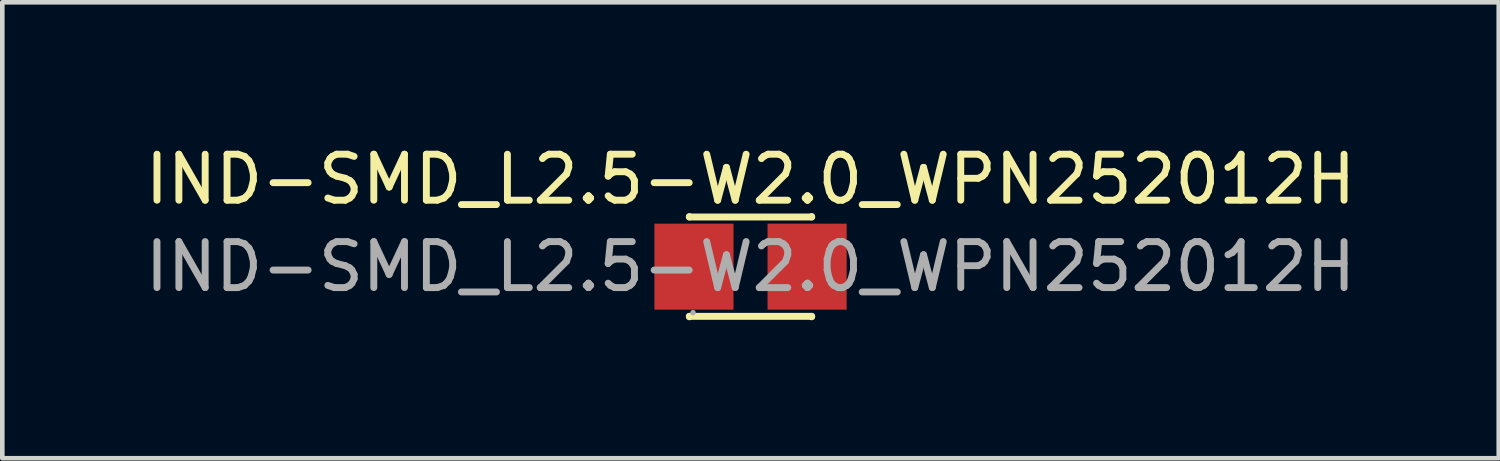
<source format=kicad_pcb>
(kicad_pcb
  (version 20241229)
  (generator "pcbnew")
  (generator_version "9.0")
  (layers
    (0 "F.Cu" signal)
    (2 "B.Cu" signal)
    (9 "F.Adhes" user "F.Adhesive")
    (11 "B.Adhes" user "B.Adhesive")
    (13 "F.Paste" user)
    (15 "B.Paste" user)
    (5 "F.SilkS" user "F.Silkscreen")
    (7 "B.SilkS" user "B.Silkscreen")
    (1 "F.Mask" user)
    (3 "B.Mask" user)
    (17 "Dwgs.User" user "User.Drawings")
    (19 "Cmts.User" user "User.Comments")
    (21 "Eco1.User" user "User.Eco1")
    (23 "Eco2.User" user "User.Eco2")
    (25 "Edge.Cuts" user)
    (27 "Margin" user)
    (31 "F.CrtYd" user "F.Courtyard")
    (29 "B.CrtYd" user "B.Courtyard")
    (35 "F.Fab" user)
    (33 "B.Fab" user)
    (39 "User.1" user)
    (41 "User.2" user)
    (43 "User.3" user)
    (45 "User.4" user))
  (footprint "IND-SMD_L2.5-W2.0_WPN252012H"
    (layer "F.Cu")
    (at 13.268 2.748)
    (property "Reference" "IND-SMD_L2.5-W2.0_WPN252012H" (at 0 -1.9 0) (layer "F.SilkS") (effects (font (size 1 1) (thickness 0.15))))
    (attr smd)
    (fp_line (start -1.33 -1.09) (end -1.33 -1.08) (stroke (width 0.15) (type solid)) (layer "F.SilkS"))
    (fp_line (start -1.33 -1.08) (end 1.33 -1.08) (stroke (width 0.15) (type solid)) (layer "F.SilkS"))
    (fp_line (start -1.33 1.08) (end 1.33 1.08) (stroke (width 0.15) (type solid)) (layer "F.SilkS"))
    (fp_line (start -1.33 1.09) (end -1.33 1.08) (stroke (width 0.15) (type solid)) (layer "F.SilkS"))
    (fp_line (start 1.33 -1.08) (end 1.33 -1.09) (stroke (width 0.15) (type solid)) (layer "F.SilkS"))
    (fp_line (start 1.33 1.08) (end 1.33 1.09) (stroke (width 0.15) (type solid)) (layer "F.SilkS"))
    (fp_circle (center -1.25 1) (end -1.22 1) (stroke (width 0.06) (type solid)) (fill no) (layer "F.Fab"))
    (fp_text user "${REFERENCE}" (at 0 0 0) (layer "F.Fab") (effects (font (size 1 1) (thickness 0.15))))
    (pad "1" smd rect (at 1.23 0) (size 1.72 1.87) (layers "F.Cu" "F.Mask" "F.Paste"))
    (pad "2" smd rect (at -1.23 0) (size 1.72 1.87) (layers "F.Cu" "F.Mask" "F.Paste")))
  (gr_rect
    (start -3 -3)
    (end 29.536 6.913)
    (stroke (width 0.1) (type default))
    (fill no)
    (layer "Edge.Cuts")))
</source>
